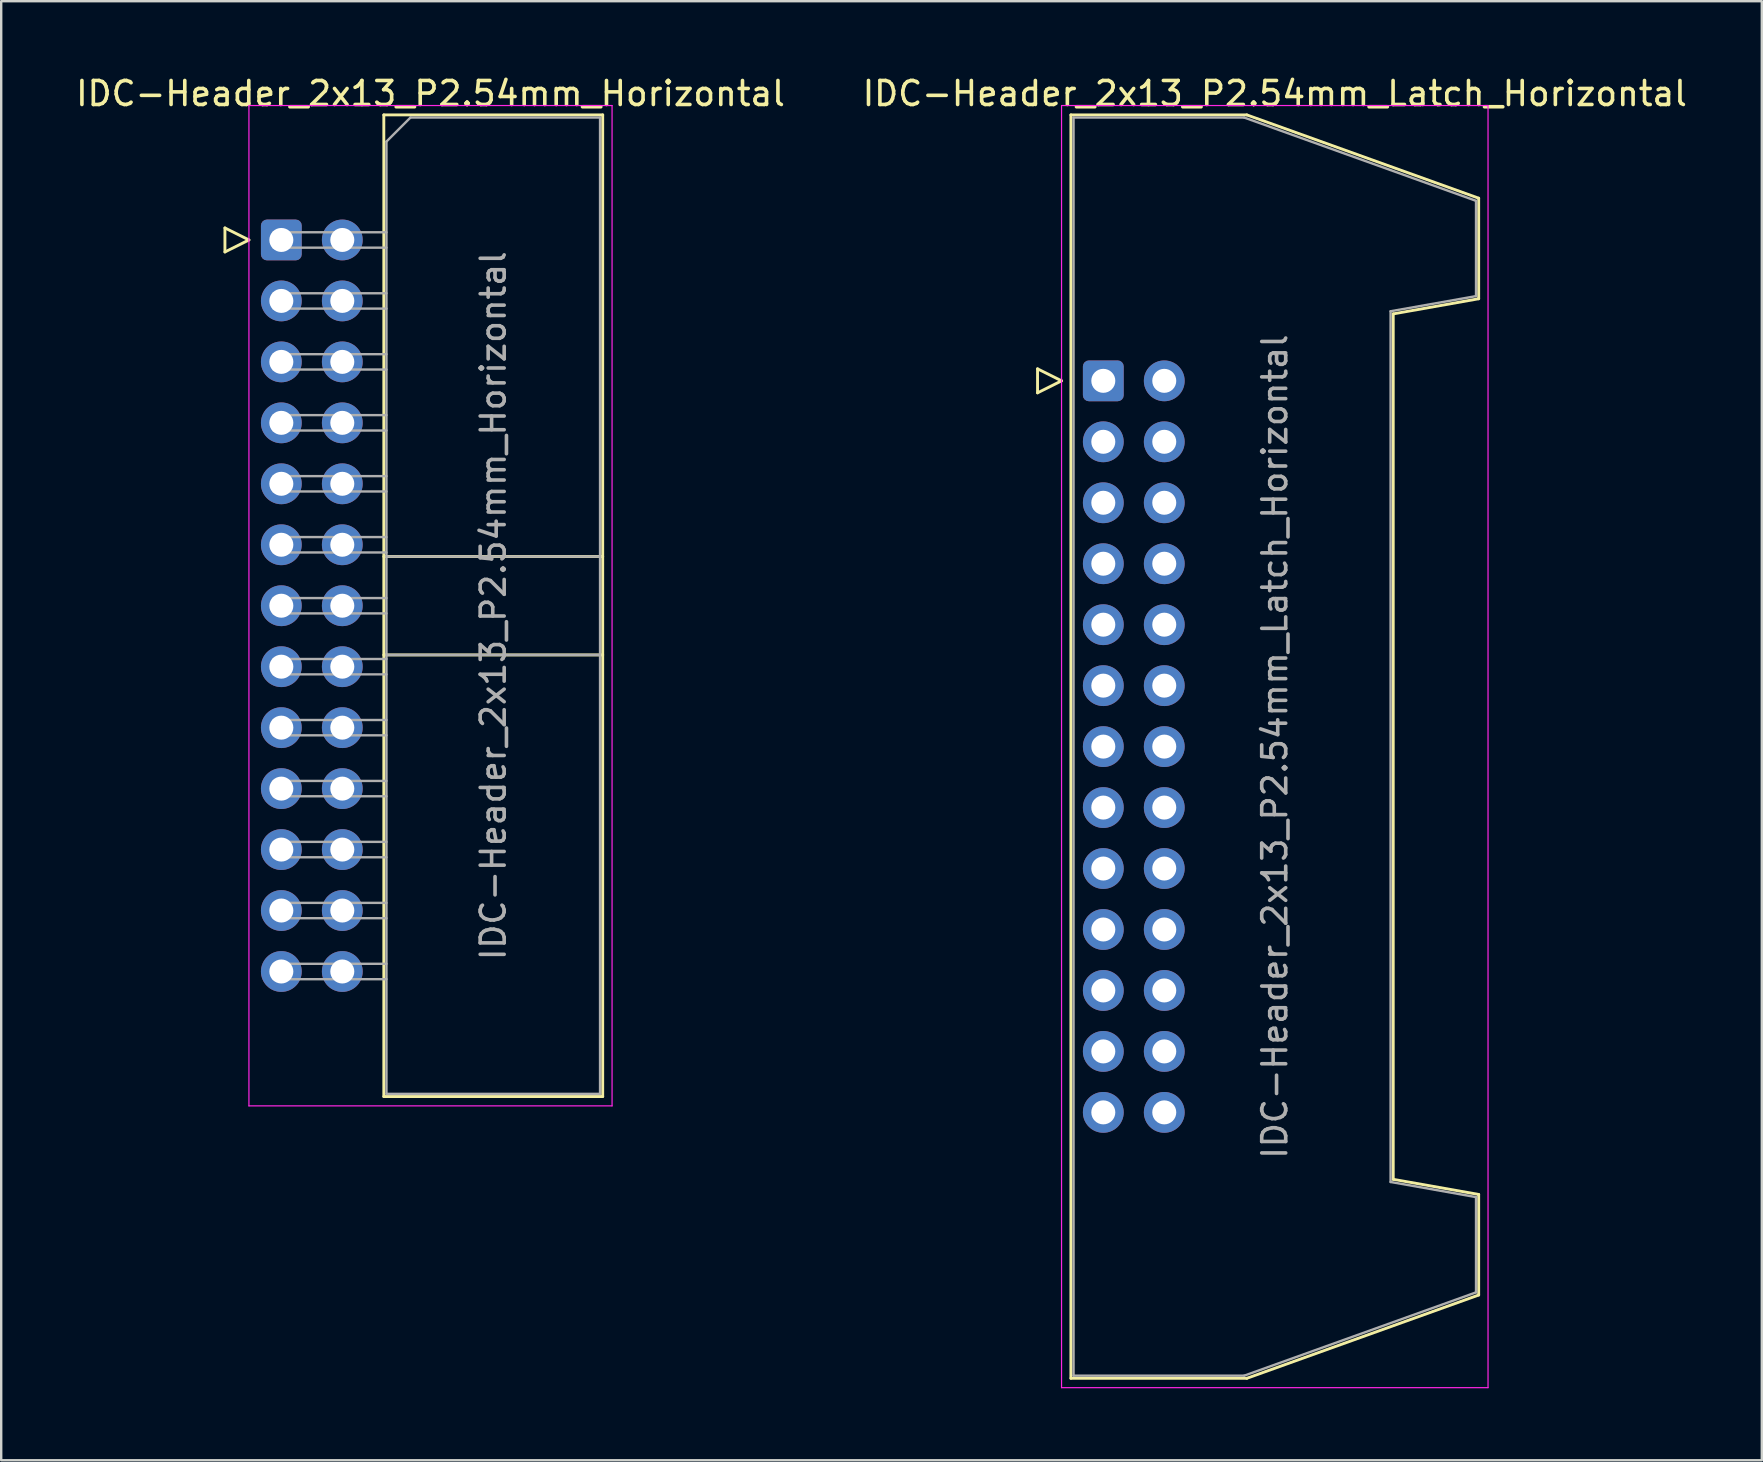
<source format=kicad_pcb>
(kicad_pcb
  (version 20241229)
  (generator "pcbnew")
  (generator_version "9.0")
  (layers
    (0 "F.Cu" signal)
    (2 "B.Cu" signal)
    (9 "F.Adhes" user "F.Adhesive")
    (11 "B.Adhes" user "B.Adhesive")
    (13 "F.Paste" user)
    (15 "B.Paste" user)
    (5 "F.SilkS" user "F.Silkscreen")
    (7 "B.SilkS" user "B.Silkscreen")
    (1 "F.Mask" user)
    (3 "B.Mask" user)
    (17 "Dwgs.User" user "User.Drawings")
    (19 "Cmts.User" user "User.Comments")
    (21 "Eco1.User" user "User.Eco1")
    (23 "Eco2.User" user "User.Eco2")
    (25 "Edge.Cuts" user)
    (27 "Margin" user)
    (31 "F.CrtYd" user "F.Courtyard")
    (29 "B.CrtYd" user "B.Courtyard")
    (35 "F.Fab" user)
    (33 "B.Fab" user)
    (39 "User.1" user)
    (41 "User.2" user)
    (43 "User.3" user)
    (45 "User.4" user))
  (footprint "IDC-Header_2x13_P2.54mm_Horizontal"
    (layer "F.Cu")
    (at 8.672 6.948)
    (property "Reference" "IDC-Header_2x13_P2.54mm_Horizontal" (at 6.215 -6.1 0) (layer "F.SilkS") (effects (font (size 1 1) (thickness 0.15))))
    (attr through_hole)
    (fp_line (start -2.35 -0.5) (end -2.35 0.5) (stroke (width 0.12) (type solid)) (layer "F.SilkS"))
    (fp_line (start -2.35 0.5) (end -1.35 0) (stroke (width 0.12) (type solid)) (layer "F.SilkS"))
    (fp_line (start -1.35 0) (end -2.35 -0.5) (stroke (width 0.12) (type solid)) (layer "F.SilkS"))
    (fp_line (start 4.27 -5.21) (end 13.39 -5.21) (stroke (width 0.12) (type solid)) (layer "F.SilkS"))
    (fp_line (start 4.27 13.19) (end 13.39 13.19) (stroke (width 0.12) (type solid)) (layer "F.SilkS"))
    (fp_line (start 4.27 17.29) (end 13.39 17.29) (stroke (width 0.12) (type solid)) (layer "F.SilkS"))
    (fp_line (start 4.27 35.69) (end 4.27 -5.21) (stroke (width 0.12) (type solid)) (layer "F.SilkS"))
    (fp_line (start 13.39 -5.21) (end 13.39 35.69) (stroke (width 0.12) (type solid)) (layer "F.SilkS"))
    (fp_line (start 13.39 35.69) (end 4.27 35.69) (stroke (width 0.12) (type solid)) (layer "F.SilkS"))
    (fp_line (start -1.35 -5.6) (end -1.35 36.08) (stroke (width 0.05) (type solid)) (layer "F.CrtYd"))
    (fp_line (start -1.35 36.08) (end 13.78 36.08) (stroke (width 0.05) (type solid)) (layer "F.CrtYd"))
    (fp_line (start 13.78 -5.6) (end -1.35 -5.6) (stroke (width 0.05) (type solid)) (layer "F.CrtYd"))
    (fp_line (start 13.78 36.08) (end 13.78 -5.6) (stroke (width 0.05) (type solid)) (layer "F.CrtYd"))
    (fp_line (start -0.32 -0.32) (end -0.32 0.32) (stroke (width 0.1) (type solid)) (layer "F.Fab"))
    (fp_line (start -0.32 0.32) (end 4.38 0.32) (stroke (width 0.1) (type solid)) (layer "F.Fab"))
    (fp_line (start -0.32 2.22) (end -0.32 2.86) (stroke (width 0.1) (type solid)) (layer "F.Fab"))
    (fp_line (start -0.32 2.86) (end 4.38 2.86) (stroke (width 0.1) (type solid)) (layer "F.Fab"))
    (fp_line (start -0.32 4.76) (end -0.32 5.4) (stroke (width 0.1) (type solid)) (layer "F.Fab"))
    (fp_line (start -0.32 5.4) (end 4.38 5.4) (stroke (width 0.1) (type solid)) (layer "F.Fab"))
    (fp_line (start -0.32 7.3) (end -0.32 7.94) (stroke (width 0.1) (type solid)) (layer "F.Fab"))
    (fp_line (start -0.32 7.94) (end 4.38 7.94) (stroke (width 0.1) (type solid)) (layer "F.Fab"))
    (fp_line (start -0.32 9.84) (end -0.32 10.48) (stroke (width 0.1) (type solid)) (layer "F.Fab"))
    (fp_line (start -0.32 10.48) (end 4.38 10.48) (stroke (width 0.1) (type solid)) (layer "F.Fab"))
    (fp_line (start -0.32 12.38) (end -0.32 13.02) (stroke (width 0.1) (type solid)) (layer "F.Fab"))
    (fp_line (start -0.32 13.02) (end 4.38 13.02) (stroke (width 0.1) (type solid)) (layer "F.Fab"))
    (fp_line (start -0.32 14.92) (end -0.32 15.56) (stroke (width 0.1) (type solid)) (layer "F.Fab"))
    (fp_line (start -0.32 15.56) (end 4.38 15.56) (stroke (width 0.1) (type solid)) (layer "F.Fab"))
    (fp_line (start -0.32 17.46) (end -0.32 18.1) (stroke (width 0.1) (type solid)) (layer "F.Fab"))
    (fp_line (start -0.32 18.1) (end 4.38 18.1) (stroke (width 0.1) (type solid)) (layer "F.Fab"))
    (fp_line (start -0.32 20) (end -0.32 20.64) (stroke (width 0.1) (type solid)) (layer "F.Fab"))
    (fp_line (start -0.32 20.64) (end 4.38 20.64) (stroke (width 0.1) (type solid)) (layer "F.Fab"))
    (fp_line (start -0.32 22.54) (end -0.32 23.18) (stroke (width 0.1) (type solid)) (layer "F.Fab"))
    (fp_line (start -0.32 23.18) (end 4.38 23.18) (stroke (width 0.1) (type solid)) (layer "F.Fab"))
    (fp_line (start -0.32 25.08) (end -0.32 25.72) (stroke (width 0.1) (type solid)) (layer "F.Fab"))
    (fp_line (start -0.32 25.72) (end 4.38 25.72) (stroke (width 0.1) (type solid)) (layer "F.Fab"))
    (fp_line (start -0.32 27.62) (end -0.32 28.26) (stroke (width 0.1) (type solid)) (layer "F.Fab"))
    (fp_line (start -0.32 28.26) (end 4.38 28.26) (stroke (width 0.1) (type solid)) (layer "F.Fab"))
    (fp_line (start -0.32 30.16) (end -0.32 30.8) (stroke (width 0.1) (type solid)) (layer "F.Fab"))
    (fp_line (start -0.32 30.8) (end 4.38 30.8) (stroke (width 0.1) (type solid)) (layer "F.Fab"))
    (fp_line (start 4.38 -4.1) (end 5.38 -5.1) (stroke (width 0.1) (type solid)) (layer "F.Fab"))
    (fp_line (start 4.38 -0.32) (end -0.32 -0.32) (stroke (width 0.1) (type solid)) (layer "F.Fab"))
    (fp_line (start 4.38 2.22) (end -0.32 2.22) (stroke (width 0.1) (type solid)) (layer "F.Fab"))
    (fp_line (start 4.38 4.76) (end -0.32 4.76) (stroke (width 0.1) (type solid)) (layer "F.Fab"))
    (fp_line (start 4.38 7.3) (end -0.32 7.3) (stroke (width 0.1) (type solid)) (layer "F.Fab"))
    (fp_line (start 4.38 9.84) (end -0.32 9.84) (stroke (width 0.1) (type solid)) (layer "F.Fab"))
    (fp_line (start 4.38 12.38) (end -0.32 12.38) (stroke (width 0.1) (type solid)) (layer "F.Fab"))
    (fp_line (start 4.38 13.19) (end 13.28 13.19) (stroke (width 0.1) (type solid)) (layer "F.Fab"))
    (fp_line (start 4.38 14.92) (end -0.32 14.92) (stroke (width 0.1) (type solid)) (layer "F.Fab"))
    (fp_line (start 4.38 17.29) (end 13.28 17.29) (stroke (width 0.1) (type solid)) (layer "F.Fab"))
    (fp_line (start 4.38 17.46) (end -0.32 17.46) (stroke (width 0.1) (type solid)) (layer "F.Fab"))
    (fp_line (start 4.38 20) (end -0.32 20) (stroke (width 0.1) (type solid)) (layer "F.Fab"))
    (fp_line (start 4.38 22.54) (end -0.32 22.54) (stroke (width 0.1) (type solid)) (layer "F.Fab"))
    (fp_line (start 4.38 25.08) (end -0.32 25.08) (stroke (width 0.1) (type solid)) (layer "F.Fab"))
    (fp_line (start 4.38 27.62) (end -0.32 27.62) (stroke (width 0.1) (type solid)) (layer "F.Fab"))
    (fp_line (start 4.38 30.16) (end -0.32 30.16) (stroke (width 0.1) (type solid)) (layer "F.Fab"))
    (fp_line (start 4.38 35.58) (end 4.38 -4.1) (stroke (width 0.1) (type solid)) (layer "F.Fab"))
    (fp_line (start 5.38 -5.1) (end 13.28 -5.1) (stroke (width 0.1) (type solid)) (layer "F.Fab"))
    (fp_line (start 13.28 -5.1) (end 13.28 35.58) (stroke (width 0.1) (type solid)) (layer "F.Fab"))
    (fp_line (start 13.28 35.58) (end 4.38 35.58) (stroke (width 0.1) (type solid)) (layer "F.Fab"))
    (fp_text user "${REFERENCE}" (at 8.83 15.24 90) (layer "F.Fab") (effects (font (size 1 1) (thickness 0.15))))
    (pad "1" thru_hole roundrect (at 0 0) (size 1.7 1.7) (drill 1) (layers "*.Cu" "*.Mask") (roundrect_rratio 0.147))
    (pad "2" thru_hole circle (at 2.54 0) (size 1.7 1.7) (drill 1) (layers "*.Cu" "*.Mask"))
    (pad "3" thru_hole circle (at 0 2.54) (size 1.7 1.7) (drill 1) (layers "*.Cu" "*.Mask"))
    (pad "4" thru_hole circle (at 2.54 2.54) (size 1.7 1.7) (drill 1) (layers "*.Cu" "*.Mask"))
    (pad "5" thru_hole circle (at 0 5.08) (size 1.7 1.7) (drill 1) (layers "*.Cu" "*.Mask"))
    (pad "6" thru_hole circle (at 2.54 5.08) (size 1.7 1.7) (drill 1) (layers "*.Cu" "*.Mask"))
    (pad "7" thru_hole circle (at 0 7.62) (size 1.7 1.7) (drill 1) (layers "*.Cu" "*.Mask"))
    (pad "8" thru_hole circle (at 2.54 7.62) (size 1.7 1.7) (drill 1) (layers "*.Cu" "*.Mask"))
    (pad "9" thru_hole circle (at 0 10.16) (size 1.7 1.7) (drill 1) (layers "*.Cu" "*.Mask"))
    (pad "10" thru_hole circle (at 2.54 10.16) (size 1.7 1.7) (drill 1) (layers "*.Cu" "*.Mask"))
    (pad "11" thru_hole circle (at 0 12.7) (size 1.7 1.7) (drill 1) (layers "*.Cu" "*.Mask"))
    (pad "12" thru_hole circle (at 2.54 12.7) (size 1.7 1.7) (drill 1) (layers "*.Cu" "*.Mask"))
    (pad "13" thru_hole circle (at 0 15.24) (size 1.7 1.7) (drill 1) (layers "*.Cu" "*.Mask"))
    (pad "14" thru_hole circle (at 2.54 15.24) (size 1.7 1.7) (drill 1) (layers "*.Cu" "*.Mask"))
    (pad "15" thru_hole circle (at 0 17.78) (size 1.7 1.7) (drill 1) (layers "*.Cu" "*.Mask"))
    (pad "16" thru_hole circle (at 2.54 17.78) (size 1.7 1.7) (drill 1) (layers "*.Cu" "*.Mask"))
    (pad "17" thru_hole circle (at 0 20.32) (size 1.7 1.7) (drill 1) (layers "*.Cu" "*.Mask"))
    (pad "18" thru_hole circle (at 2.54 20.32) (size 1.7 1.7) (drill 1) (layers "*.Cu" "*.Mask"))
    (pad "19" thru_hole circle (at 0 22.86) (size 1.7 1.7) (drill 1) (layers "*.Cu" "*.Mask"))
    (pad "20" thru_hole circle (at 2.54 22.86) (size 1.7 1.7) (drill 1) (layers "*.Cu" "*.Mask"))
    (pad "21" thru_hole circle (at 0 25.4) (size 1.7 1.7) (drill 1) (layers "*.Cu" "*.Mask"))
    (pad "22" thru_hole circle (at 2.54 25.4) (size 1.7 1.7) (drill 1) (layers "*.Cu" "*.Mask"))
    (pad "23" thru_hole circle (at 0 27.94) (size 1.7 1.7) (drill 1) (layers "*.Cu" "*.Mask"))
    (pad "24" thru_hole circle (at 2.54 27.94) (size 1.7 1.7) (drill 1) (layers "*.Cu" "*.Mask"))
    (pad "25" thru_hole circle (at 0 30.48) (size 1.7 1.7) (drill 1) (layers "*.Cu" "*.Mask"))
    (pad "26" thru_hole circle (at 2.54 30.48) (size 1.7 1.7) (drill 1) (layers "*.Cu" "*.Mask")))
  (footprint "IDC-Header_2x13_P2.54mm_Latch_Horizontal"
    (layer "F.Cu")
    (at 42.92 12.818)
    (property "Reference" "IDC-Header_2x13_P2.54mm_Latch_Horizontal" (at 7.145 -11.97 0) (layer "F.SilkS") (effects (font (size 1 1) (thickness 0.15))))
    (attr through_hole)
    (fp_line (start -2.74 -0.5) (end -2.74 0.5) (stroke (width 0.12) (type solid)) (layer "F.SilkS"))
    (fp_line (start -2.74 0.5) (end -1.74 0) (stroke (width 0.12) (type solid)) (layer "F.SilkS"))
    (fp_line (start -1.74 0) (end -2.74 -0.5) (stroke (width 0.12) (type solid)) (layer "F.SilkS"))
    (fp_line (start -1.35 -11.08) (end 5.98 -11.08) (stroke (width 0.12) (type solid)) (layer "F.SilkS"))
    (fp_line (start -1.35 41.56) (end -1.35 -11.08) (stroke (width 0.12) (type solid)) (layer "F.SilkS"))
    (fp_line (start 5.98 -11.08) (end 15.64 -7.61) (stroke (width 0.12) (type solid)) (layer "F.SilkS"))
    (fp_line (start 5.98 41.56) (end -1.35 41.56) (stroke (width 0.12) (type solid)) (layer "F.SilkS"))
    (fp_line (start 12.08 -2.79) (end 12.08 33.27) (stroke (width 0.12) (type solid)) (layer "F.SilkS"))
    (fp_line (start 12.08 33.27) (end 15.64 33.9) (stroke (width 0.12) (type solid)) (layer "F.SilkS"))
    (fp_line (start 15.64 -7.61) (end 15.64 -3.42) (stroke (width 0.12) (type solid)) (layer "F.SilkS"))
    (fp_line (start 15.64 -3.42) (end 12.08 -2.79) (stroke (width 0.12) (type solid)) (layer "F.SilkS"))
    (fp_line (start 15.64 33.9) (end 15.64 38.09) (stroke (width 0.12) (type solid)) (layer "F.SilkS"))
    (fp_line (start 15.64 38.09) (end 5.98 41.56) (stroke (width 0.12) (type solid)) (layer "F.SilkS"))
    (fp_line (start -1.74 -11.47) (end -1.74 41.95) (stroke (width 0.05) (type solid)) (layer "F.CrtYd"))
    (fp_line (start -1.74 41.95) (end 16.03 41.95) (stroke (width 0.05) (type solid)) (layer "F.CrtYd"))
    (fp_line (start 16.03 -11.47) (end -1.74 -11.47) (stroke (width 0.05) (type solid)) (layer "F.CrtYd"))
    (fp_line (start 16.03 41.95) (end 16.03 -11.47) (stroke (width 0.05) (type solid)) (layer "F.CrtYd"))
    (fp_line (start -1.24 -10.97) (end 5.87 -10.97) (stroke (width 0.1) (type solid)) (layer "F.Fab"))
    (fp_line (start -1.24 41.45) (end -1.24 -10.97) (stroke (width 0.1) (type solid)) (layer "F.Fab"))
    (fp_line (start 5.87 -10.97) (end 15.53 -7.5) (stroke (width 0.1) (type solid)) (layer "F.Fab"))
    (fp_line (start 5.87 41.45) (end -1.24 41.45) (stroke (width 0.1) (type solid)) (layer "F.Fab"))
    (fp_line (start 11.97 -2.9) (end 11.97 33.38) (stroke (width 0.1) (type solid)) (layer "F.Fab"))
    (fp_line (start 11.97 33.38) (end 15.53 34.01) (stroke (width 0.1) (type solid)) (layer "F.Fab"))
    (fp_line (start 15.53 -7.5) (end 15.53 -3.53) (stroke (width 0.1) (type solid)) (layer "F.Fab"))
    (fp_line (start 15.53 -3.53) (end 11.97 -2.9) (stroke (width 0.1) (type solid)) (layer "F.Fab"))
    (fp_line (start 15.53 34.01) (end 15.53 37.98) (stroke (width 0.1) (type solid)) (layer "F.Fab"))
    (fp_line (start 15.53 37.98) (end 5.87 41.45) (stroke (width 0.1) (type solid)) (layer "F.Fab"))
    (fp_text user "${REFERENCE}" (at 7.145 15.24 90) (layer "F.Fab") (effects (font (size 1 1) (thickness 0.15))))
    (pad "1" thru_hole roundrect (at 0 0) (size 1.7 1.7) (drill 1) (layers "*.Cu" "*.Mask") (roundrect_rratio 0.147))
    (pad "2" thru_hole circle (at 2.54 0) (size 1.7 1.7) (drill 1) (layers "*.Cu" "*.Mask"))
    (pad "3" thru_hole circle (at 0 2.54) (size 1.7 1.7) (drill 1) (layers "*.Cu" "*.Mask"))
    (pad "4" thru_hole circle (at 2.54 2.54) (size 1.7 1.7) (drill 1) (layers "*.Cu" "*.Mask"))
    (pad "5" thru_hole circle (at 0 5.08) (size 1.7 1.7) (drill 1) (layers "*.Cu" "*.Mask"))
    (pad "6" thru_hole circle (at 2.54 5.08) (size 1.7 1.7) (drill 1) (layers "*.Cu" "*.Mask"))
    (pad "7" thru_hole circle (at 0 7.62) (size 1.7 1.7) (drill 1) (layers "*.Cu" "*.Mask"))
    (pad "8" thru_hole circle (at 2.54 7.62) (size 1.7 1.7) (drill 1) (layers "*.Cu" "*.Mask"))
    (pad "9" thru_hole circle (at 0 10.16) (size 1.7 1.7) (drill 1) (layers "*.Cu" "*.Mask"))
    (pad "10" thru_hole circle (at 2.54 10.16) (size 1.7 1.7) (drill 1) (layers "*.Cu" "*.Mask"))
    (pad "11" thru_hole circle (at 0 12.7) (size 1.7 1.7) (drill 1) (layers "*.Cu" "*.Mask"))
    (pad "12" thru_hole circle (at 2.54 12.7) (size 1.7 1.7) (drill 1) (layers "*.Cu" "*.Mask"))
    (pad "13" thru_hole circle (at 0 15.24) (size 1.7 1.7) (drill 1) (layers "*.Cu" "*.Mask"))
    (pad "14" thru_hole circle (at 2.54 15.24) (size 1.7 1.7) (drill 1) (layers "*.Cu" "*.Mask"))
    (pad "15" thru_hole circle (at 0 17.78) (size 1.7 1.7) (drill 1) (layers "*.Cu" "*.Mask"))
    (pad "16" thru_hole circle (at 2.54 17.78) (size 1.7 1.7) (drill 1) (layers "*.Cu" "*.Mask"))
    (pad "17" thru_hole circle (at 0 20.32) (size 1.7 1.7) (drill 1) (layers "*.Cu" "*.Mask"))
    (pad "18" thru_hole circle (at 2.54 20.32) (size 1.7 1.7) (drill 1) (layers "*.Cu" "*.Mask"))
    (pad "19" thru_hole circle (at 0 22.86) (size 1.7 1.7) (drill 1) (layers "*.Cu" "*.Mask"))
    (pad "20" thru_hole circle (at 2.54 22.86) (size 1.7 1.7) (drill 1) (layers "*.Cu" "*.Mask"))
    (pad "21" thru_hole circle (at 0 25.4) (size 1.7 1.7) (drill 1) (layers "*.Cu" "*.Mask"))
    (pad "22" thru_hole circle (at 2.54 25.4) (size 1.7 1.7) (drill 1) (layers "*.Cu" "*.Mask"))
    (pad "23" thru_hole circle (at 0 27.94) (size 1.7 1.7) (drill 1) (layers "*.Cu" "*.Mask"))
    (pad "24" thru_hole circle (at 2.54 27.94) (size 1.7 1.7) (drill 1) (layers "*.Cu" "*.Mask"))
    (pad "25" thru_hole circle (at 0 30.48) (size 1.7 1.7) (drill 1) (layers "*.Cu" "*.Mask"))
    (pad "26" thru_hole circle (at 2.54 30.48) (size 1.7 1.7) (drill 1) (layers "*.Cu" "*.Mask")))
  (gr_rect
    (start -3 -3)
    (end 70.357 57.793)
    (stroke (width 0.1) (type default))
    (fill no)
    (layer "Edge.Cuts")))
</source>
